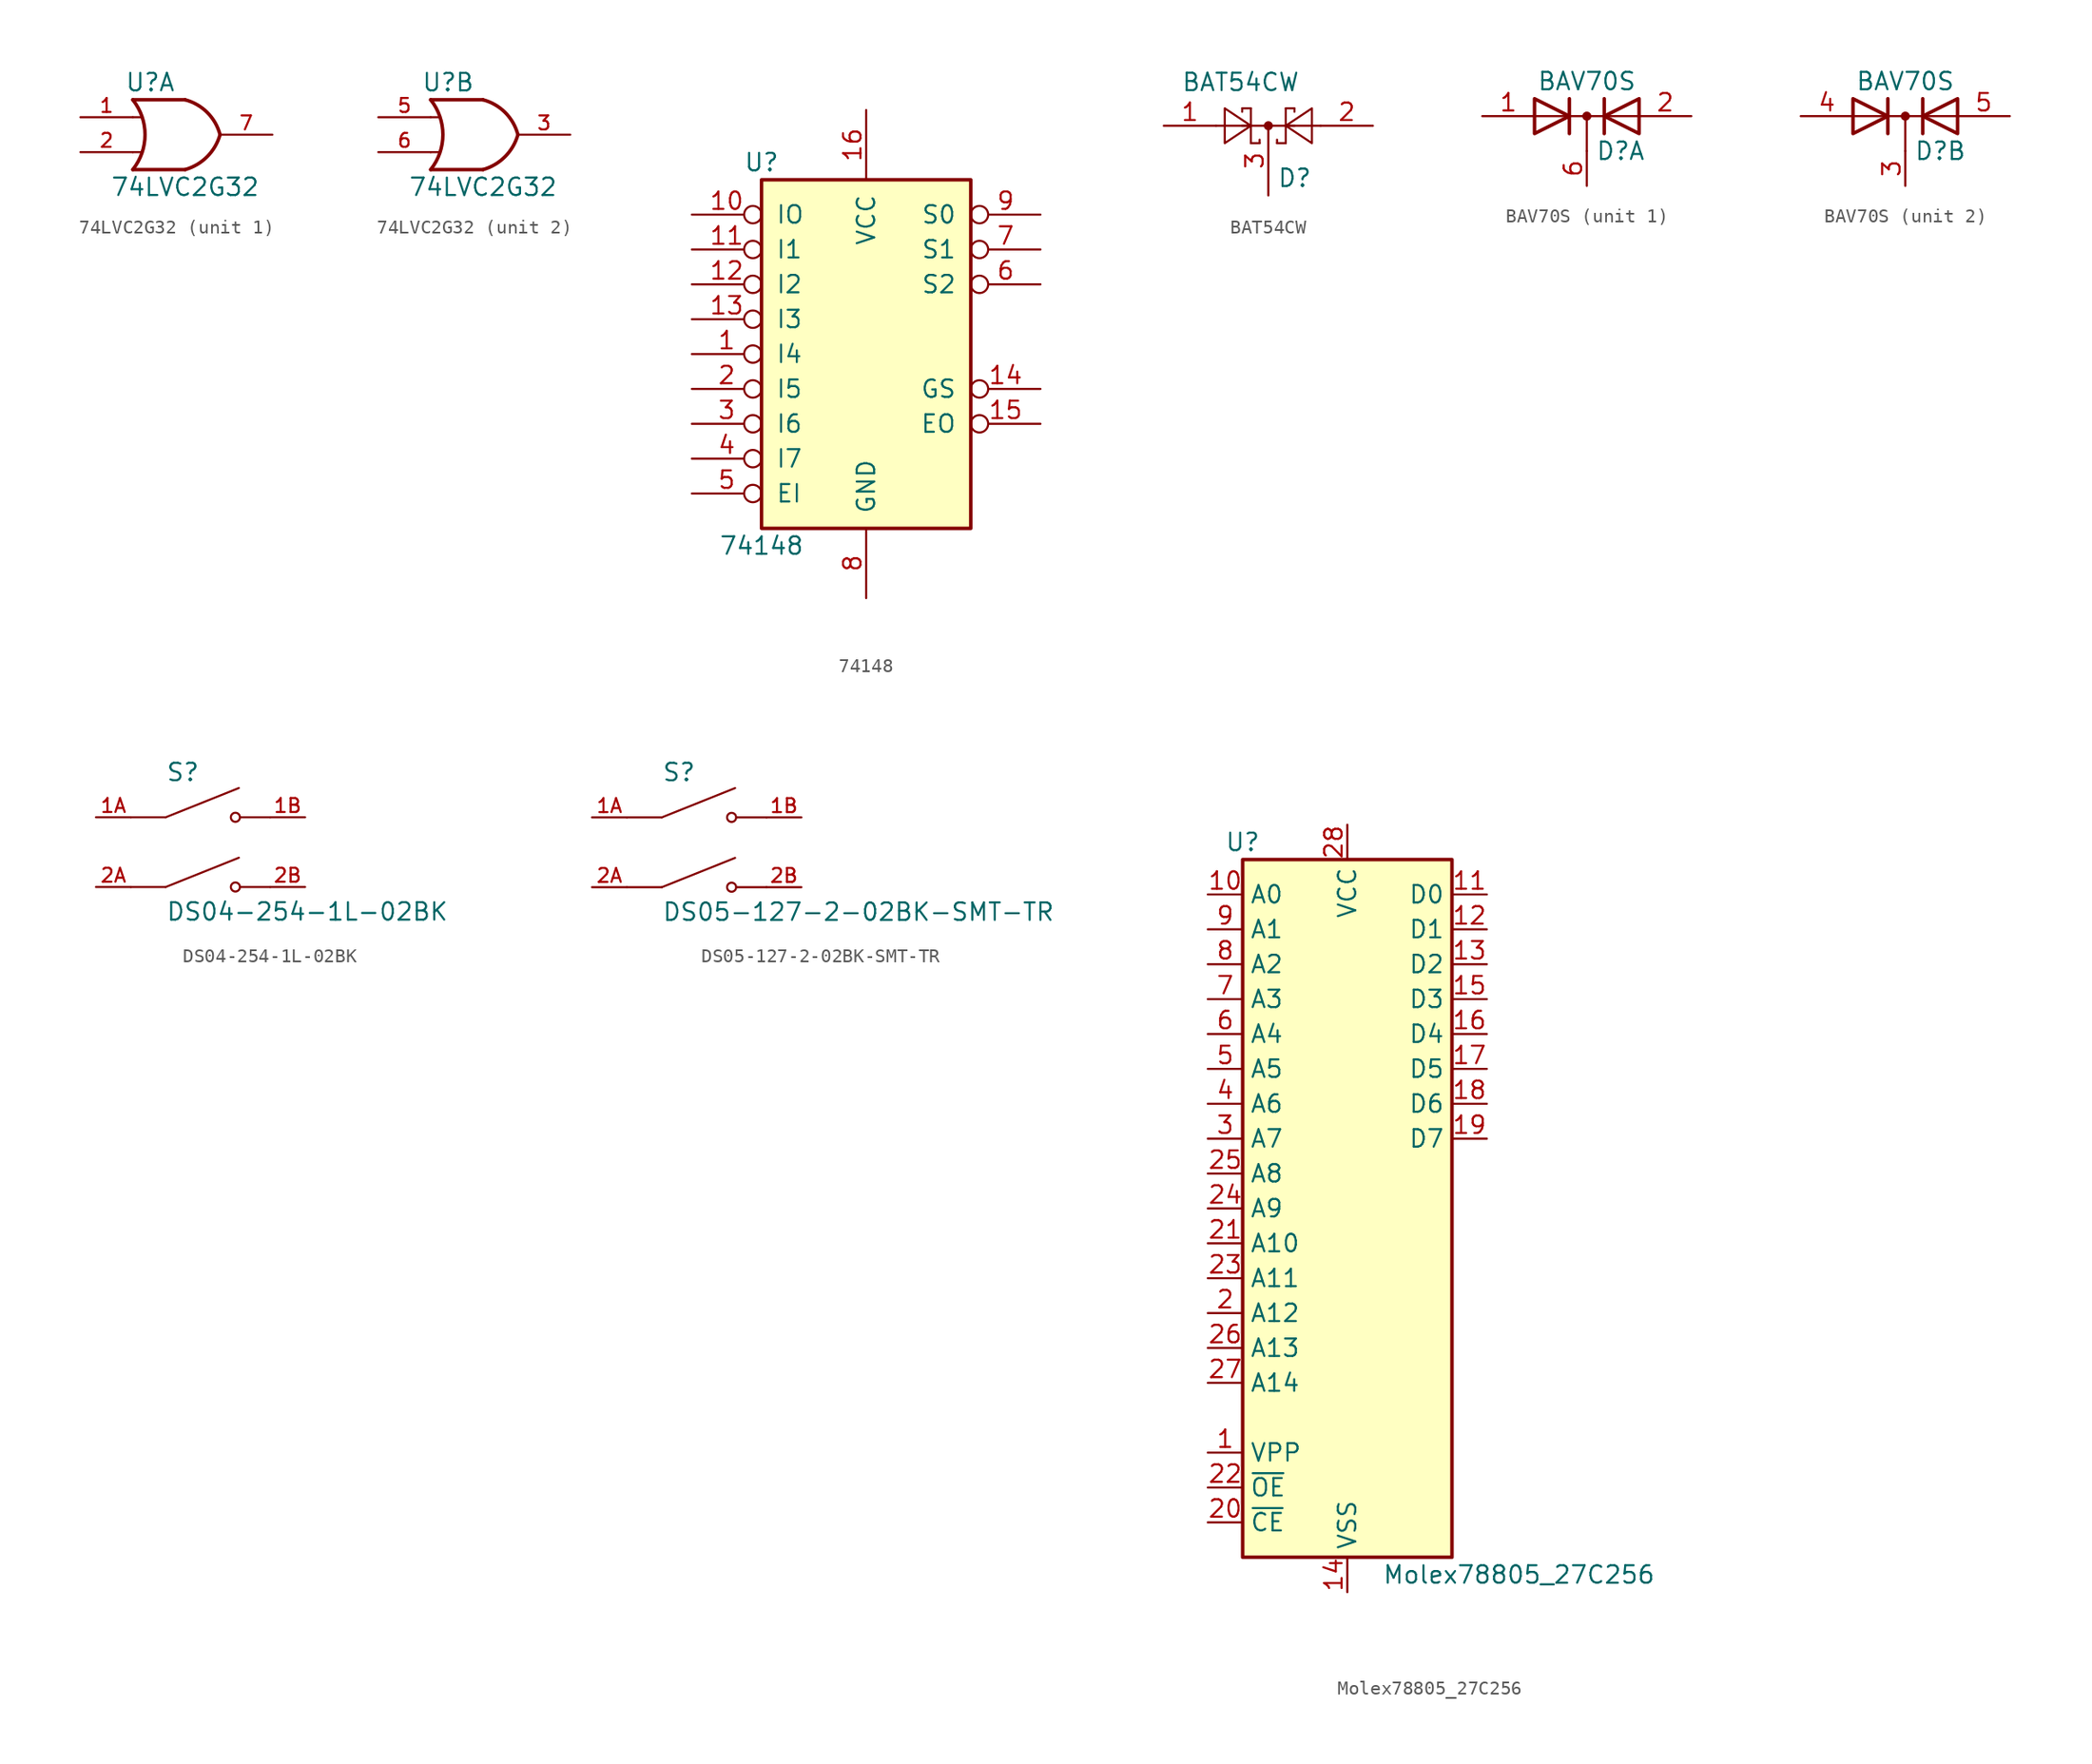
<source format=kicad_sym>
(kicad_symbol_lib
  (version 20220914)
  (generator kicad_symbol_editor)
  (symbol "74LVC2G32"
    (pin_names
      (offset 1.016))
    (property "Reference" "U"
      (at -2.54 3.81 0)
      (effects (font (size 1.27 1.27))))
    (property "Value" "74LVC2G32"
      (at 0 -3.81 0)
      (effects (font (size 1.27 1.27))))
    (symbol "74LVC2G32_0_1"
      (arc (start -3.81 -2.54) (mid -2.919 0) (end -3.81 2.54) (stroke (width 0.254) (type default)) (fill (type none)))
      (arc (start 0 -2.54) (mid 1.5993 -1.6027) (end 2.54 0) (stroke (width 0.254) (type default)) (fill (type none)))
      (polyline (pts (xy -3.81 -1.27) (xy -3.175 -1.27)) (stroke (width 0) (type default)) (fill (type none)))
      (polyline (pts (xy -3.81 1.27) (xy -3.175 1.27)) (stroke (width 0) (type default)) (fill (type none)))
      (polyline (pts (xy 0 -2.54) (xy -3.81 -2.54)) (stroke (width 0.254) (type default)) (fill (type background)))
      (polyline (pts (xy 0 2.54) (xy -3.81 2.54)) (stroke (width 0.254) (type default)) (fill (type background)))
      (arc (start 2.54 0) (mid 1.6119 1.6152) (end 0 2.54) (stroke (width 0.254) (type default)) (fill (type none)))
      (pin power_in line (at 0 -2.54 270) (length 0) hide (name "GND" (effects (font (size 1.016 1.016)))) (number "4" (effects (font (size 1.016 1.016)))))
      (pin power_in line (at 0 2.54 90) (length 0) hide (name "VCC" (effects (font (size 1.016 1.016)))) (number "8" (effects (font (size 1.016 1.016))))))
    (symbol "74LVC2G32_1_1"
      (pin input line (at -7.62 1.27 0) (length 3.81) (name "~" (effects (font (size 1.016 1.016)))) (number "1" (effects (font (size 1.016 1.016)))))
      (pin input line (at -7.62 -1.27 0) (length 3.81) (name "~" (effects (font (size 1.016 1.016)))) (number "2" (effects (font (size 1.016 1.016)))))
      (pin output line (at 6.35 0 180) (length 3.81) (name "~" (effects (font (size 1.016 1.016)))) (number "7" (effects (font (size 1.016 1.016))))))
    (symbol "74LVC2G32_2_1"
      (pin output line (at 6.35 0 180) (length 3.81) (name "~" (effects (font (size 1.016 1.016)))) (number "3" (effects (font (size 1.016 1.016)))))
      (pin input line (at -7.62 1.27 0) (length 3.81) (name "~" (effects (font (size 1.016 1.016)))) (number "5" (effects (font (size 1.016 1.016)))))
      (pin input line (at -7.62 -1.27 0) (length 3.81) (name "~" (effects (font (size 1.016 1.016)))) (number "6" (effects (font (size 1.016 1.016)))))))
  (symbol "74148"
    (pin_names
      (offset 1.016))
    (property "Reference" "U"
      (at -7.62 13.97 0)
      (effects (font (size 1.27 1.27))))
    (property "Value" "74148"
      (at -7.62 -13.97 0)
      (effects (font (size 1.27 1.27))))
    (property "ki_locked" ""
      (at 0 0 0)
      (effects (font (size 1.27 1.27))))
    (symbol "74148_1_0"
      (pin input inverted (at -12.7 0 0) (length 5.08) (name "I4" (effects (font (size 1.27 1.27)))) (number "1" (effects (font (size 1.27 1.27)))))
      (pin input inverted (at -12.7 10.16 0) (length 5.08) (name "IO" (effects (font (size 1.27 1.27)))) (number "10" (effects (font (size 1.27 1.27)))))
      (pin input inverted (at -12.7 7.62 0) (length 5.08) (name "I1" (effects (font (size 1.27 1.27)))) (number "11" (effects (font (size 1.27 1.27)))))
      (pin input inverted (at -12.7 5.08 0) (length 5.08) (name "I2" (effects (font (size 1.27 1.27)))) (number "12" (effects (font (size 1.27 1.27)))))
      (pin input inverted (at -12.7 2.54 0) (length 5.08) (name "I3" (effects (font (size 1.27 1.27)))) (number "13" (effects (font (size 1.27 1.27)))))
      (pin output inverted (at 12.7 -2.54 180) (length 5.08) (name "GS" (effects (font (size 1.27 1.27)))) (number "14" (effects (font (size 1.27 1.27)))))
      (pin output inverted (at 12.7 -5.08 180) (length 5.08) (name "EO" (effects (font (size 1.27 1.27)))) (number "15" (effects (font (size 1.27 1.27)))))
      (pin power_in line (at 0 17.78 270) (length 5.08) (name "VCC" (effects (font (size 1.27 1.27)))) (number "16" (effects (font (size 1.27 1.27)))))
      (pin input inverted (at -12.7 -2.54 0) (length 5.08) (name "I5" (effects (font (size 1.27 1.27)))) (number "2" (effects (font (size 1.27 1.27)))))
      (pin input inverted (at -12.7 -5.08 0) (length 5.08) (name "I6" (effects (font (size 1.27 1.27)))) (number "3" (effects (font (size 1.27 1.27)))))
      (pin input inverted (at -12.7 -7.62 0) (length 5.08) (name "I7" (effects (font (size 1.27 1.27)))) (number "4" (effects (font (size 1.27 1.27)))))
      (pin input inverted (at -12.7 -10.16 0) (length 5.08) (name "EI" (effects (font (size 1.27 1.27)))) (number "5" (effects (font (size 1.27 1.27)))))
      (pin output inverted (at 12.7 5.08 180) (length 5.08) (name "S2" (effects (font (size 1.27 1.27)))) (number "6" (effects (font (size 1.27 1.27)))))
      (pin output inverted (at 12.7 7.62 180) (length 5.08) (name "S1" (effects (font (size 1.27 1.27)))) (number "7" (effects (font (size 1.27 1.27)))))
      (pin power_in line (at 0 -17.78 90) (length 5.08) (name "GND" (effects (font (size 1.27 1.27)))) (number "8" (effects (font (size 1.27 1.27)))))
      (pin output inverted (at 12.7 10.16 180) (length 5.08) (name "S0" (effects (font (size 1.27 1.27)))) (number "9" (effects (font (size 1.27 1.27))))))
    (symbol "74148_1_1"
      (rectangle (start -7.62 12.7) (end 7.62 -12.7) (stroke (width 0.254) (type default)) (fill (type background)))))
  (symbol "BAT54CW"
    (pin_names
      (offset 1.016))
    (property "Reference" "D"
      (at 0.635 -3.81 0)
      (effects (font (size 1.27 1.27)) (justify left)))
    (property "Value" "BAT54CW"
      (at -6.35 3.175 0)
      (effects (font (size 1.27 1.27)) (justify left)))
    (symbol "BAT54CW_0_1"
      (polyline (pts (xy -1.905 0) (xy 1.905 0)) (stroke (width 0) (type default)) (fill (type none)))
      (polyline (pts (xy -1.905 1.27) (xy -1.905 1.016)) (stroke (width 0) (type default)) (fill (type none)))
      (polyline (pts (xy -1.27 -1.27) (xy -0.635 -1.27)) (stroke (width 0) (type default)) (fill (type none)))
      (polyline (pts (xy -1.27 0) (xy -3.81 0)) (stroke (width 0) (type default)) (fill (type none)))
      (polyline (pts (xy -1.27 1.27) (xy -1.905 1.27)) (stroke (width 0) (type default)) (fill (type none)))
      (polyline (pts (xy -1.27 1.27) (xy -1.27 -1.27)) (stroke (width 0) (type default)) (fill (type none)))
      (polyline (pts (xy -0.635 -1.27) (xy -0.635 -1.016)) (stroke (width 0) (type default)) (fill (type none)))
      (polyline (pts (xy 0.635 -1.27) (xy 0.635 -1.016)) (stroke (width 0) (type default)) (fill (type none)))
      (polyline (pts (xy 1.27 -1.27) (xy 0.635 -1.27)) (stroke (width 0) (type default)) (fill (type none)))
      (polyline (pts (xy 1.27 1.27) (xy 1.27 -1.27)) (stroke (width 0) (type default)) (fill (type none)))
      (polyline (pts (xy 1.27 1.27) (xy 1.905 1.27)) (stroke (width 0) (type default)) (fill (type none)))
      (polyline (pts (xy 1.905 1.27) (xy 1.905 1.016)) (stroke (width 0) (type default)) (fill (type none)))
      (polyline (pts (xy 3.81 0) (xy 1.27 0)) (stroke (width 0) (type default)) (fill (type none)))
      (polyline (pts (xy -3.175 -1.27) (xy -3.175 1.27) (xy -1.27 0) (xy -3.175 -1.27)) (stroke (width 0) (type default)) (fill (type none)))
      (polyline (pts (xy 3.175 -1.27) (xy 3.175 1.27) (xy 1.27 0) (xy 3.175 -1.27)) (stroke (width 0) (type default)) (fill (type none)))
      (circle (center 0 0) (radius 0.254) (stroke (width 0) (type default)) (fill (type outline))))
    (symbol "BAT54CW_1_1"
      (pin passive line (at -7.62 0 0) (length 3.81) (name "~" (effects (font (size 1.27 1.27)))) (number "1" (effects (font (size 1.27 1.27)))))
      (pin passive line (at 7.62 0 180) (length 3.81) (name "~" (effects (font (size 1.27 1.27)))) (number "2" (effects (font (size 1.27 1.27)))))
      (pin passive line (at 0 -5.08 90) (length 5.08) (name "~" (effects (font (size 1.27 1.27)))) (number "3" (effects (font (size 1.27 1.27)))))))
  (symbol "BAV70S"
    (pin_names
      (offset 0.762) hide)
    (property "Reference" "D"
      (at 0.635 -2.54 0)
      (effects (font (size 1.27 1.27)) (justify left)))
    (property "Value" "BAV70S"
      (at 0 2.54 0)
      (effects (font (size 1.27 1.27))))
    (symbol "BAV70S_0_1"
      (polyline (pts (xy -3.81 0) (xy 3.81 0)) (stroke (width 0) (type default)) (fill (type none)))
      (polyline (pts (xy 0 0) (xy 0 -2.54)) (stroke (width 0) (type default)) (fill (type none)))
      (polyline (pts (xy -1.27 -1.27) (xy -1.27 1.27) (xy -1.27 1.27)) (stroke (width 0.254) (type default)) (fill (type none)))
      (polyline (pts (xy 1.27 -1.27) (xy 1.27 1.27) (xy 1.27 1.27)) (stroke (width 0.254) (type default)) (fill (type none)))
      (polyline (pts (xy -3.81 1.27) (xy -1.27 0) (xy -3.81 -1.27) (xy -3.81 1.27) (xy -3.81 1.27) (xy -3.81 1.27)) (stroke (width 0.254) (type default)) (fill (type none)))
      (polyline (pts (xy 3.81 -1.27) (xy 1.27 0) (xy 3.81 1.27) (xy 3.81 -1.27) (xy 3.81 -1.27) (xy 3.81 -1.27)) (stroke (width 0.254) (type default)) (fill (type none)))
      (circle (center 0 0) (radius 0.254) (stroke (width 0) (type default)) (fill (type outline))))
    (symbol "BAV70S_1_1"
      (pin passive line (at -7.62 0 0) (length 3.81) (name "A" (effects (font (size 1.27 1.27)))) (number "1" (effects (font (size 1.27 1.27)))))
      (pin passive line (at 7.62 0 180) (length 3.81) (name "A" (effects (font (size 1.27 1.27)))) (number "2" (effects (font (size 1.27 1.27)))))
      (pin passive line (at 0 -5.08 90) (length 2.54) (name "K" (effects (font (size 1.27 1.27)))) (number "6" (effects (font (size 1.27 1.27))))))
    (symbol "BAV70S_2_1"
      (pin passive line (at 0 -5.08 90) (length 2.54) (name "K" (effects (font (size 1.27 1.27)))) (number "3" (effects (font (size 1.27 1.27)))))
      (pin passive line (at -7.62 0 0) (length 3.81) (name "A" (effects (font (size 1.27 1.27)))) (number "4" (effects (font (size 1.27 1.27)))))
      (pin passive line (at 7.62 0 180) (length 3.81) (name "A" (effects (font (size 1.27 1.27)))) (number "5" (effects (font (size 1.27 1.27)))))))
  (symbol "DS04-254-1L-02BK"
    (pin_names
      (offset 1.016) hide)
    (property "Reference" "S"
      (at -2.54 5.08 0)
      (effects (font (size 1.27 1.27)) (justify left bottom)))
    (property "Value" "DS04-254-1L-02BK"
      (at -2.54 -5.08 0)
      (effects (font (size 1.27 1.27)) (justify left bottom)))
    (symbol "DS04-254-1L-02BK_0_0"
      (polyline (pts (xy -2.54 -2.54) (xy -5.08 -2.54)) (stroke (width 0.152) (type default)) (fill (type none)))
      (polyline (pts (xy -2.54 -2.54) (xy 2.794 -0.406)) (stroke (width 0.152) (type default)) (fill (type none)))
      (polyline (pts (xy -2.54 2.54) (xy -5.08 2.54)) (stroke (width 0.152) (type default)) (fill (type none)))
      (polyline (pts (xy -2.54 2.54) (xy 2.794 4.674)) (stroke (width 0.152) (type default)) (fill (type none)))
      (polyline (pts (xy 5.08 -2.54) (xy 2.921 -2.54)) (stroke (width 0.152) (type default)) (fill (type none)))
      (polyline (pts (xy 5.08 2.54) (xy 2.921 2.54)) (stroke (width 0.152) (type default)) (fill (type none)))
      (circle (center 2.54 -2.54) (radius 0.33) (stroke (width 0.152) (type default)) (fill (type none)))
      (circle (center 2.54 2.54) (radius 0.33) (stroke (width 0.152) (type default)) (fill (type none)))
      (pin passive line (at -7.62 2.54 0) (length 2.54) (name "~" (effects (font (size 1.016 1.016)))) (number "1A" (effects (font (size 1.016 1.016)))))
      (pin passive line (at 7.62 2.54 180) (length 2.54) (name "~" (effects (font (size 1.016 1.016)))) (number "1B" (effects (font (size 1.016 1.016)))))
      (pin passive line (at -7.62 -2.54 0) (length 2.54) (name "~" (effects (font (size 1.016 1.016)))) (number "2A" (effects (font (size 1.016 1.016)))))
      (pin passive line (at 7.62 -2.54 180) (length 2.54) (name "~" (effects (font (size 1.016 1.016)))) (number "2B" (effects (font (size 1.016 1.016)))))))
  (symbol "DS05-127-2-02BK-SMT-TR"
    (pin_names
      (offset 1.016) hide)
    (property "Reference" "S"
      (at -2.54 5.08 0)
      (effects (font (size 1.27 1.27)) (justify left bottom)))
    (property "Value" "DS05-127-2-02BK-SMT-TR"
      (at -2.54 -5.08 0)
      (effects (font (size 1.27 1.27)) (justify left bottom)))
    (property "ki_locked" ""
      (at 0 0 0)
      (effects (font (size 1.27 1.27))))
    (symbol "DS05-127-2-02BK-SMT-TR_0_0"
      (polyline (pts (xy -2.54 -2.54) (xy -5.08 -2.54)) (stroke (width 0.152) (type default)) (fill (type none)))
      (polyline (pts (xy -2.54 -2.54) (xy 2.794 -0.406)) (stroke (width 0.152) (type default)) (fill (type none)))
      (polyline (pts (xy -2.54 2.54) (xy -5.08 2.54)) (stroke (width 0.152) (type default)) (fill (type none)))
      (polyline (pts (xy -2.54 2.54) (xy 2.794 4.674)) (stroke (width 0.152) (type default)) (fill (type none)))
      (polyline (pts (xy 5.08 -2.54) (xy 2.921 -2.54)) (stroke (width 0.152) (type default)) (fill (type none)))
      (polyline (pts (xy 5.08 2.54) (xy 2.921 2.54)) (stroke (width 0.152) (type default)) (fill (type none)))
      (circle (center 2.54 -2.54) (radius 0.33) (stroke (width 0.152) (type default)) (fill (type none)))
      (circle (center 2.54 2.54) (radius 0.33) (stroke (width 0.152) (type default)) (fill (type none)))
      (pin passive line (at -7.62 2.54 0) (length 2.54) (name "~" (effects (font (size 1.016 1.016)))) (number "1A" (effects (font (size 1.016 1.016)))))
      (pin passive line (at 7.62 2.54 180) (length 2.54) (name "~" (effects (font (size 1.016 1.016)))) (number "1B" (effects (font (size 1.016 1.016)))))
      (pin passive line (at -7.62 -2.54 0) (length 2.54) (name "~" (effects (font (size 1.016 1.016)))) (number "2A" (effects (font (size 1.016 1.016)))))
      (pin passive line (at 7.62 -2.54 180) (length 2.54) (name "~" (effects (font (size 1.016 1.016)))) (number "2B" (effects (font (size 1.016 1.016)))))))
  (symbol "Molex78805_27C256"
    (property "Reference" "U"
      (at -7.62 26.67 0)
      (effects (font (size 1.27 1.27))))
    (property "Value" "Molex78805_27C256"
      (at 2.54 -26.67 0)
      (effects (font (size 1.27 1.27)) (justify left)))
    (symbol "Molex78805_27C256_1_1"
      (rectangle (start -7.62 25.4) (end 7.62 -25.4) (stroke (width 0.254) (type default)) (fill (type background)))
      (pin power_in line (at -10.16 -17.78 0) (length 2.54) (name "VPP" (effects (font (size 1.27 1.27)))) (number "1" (effects (font (size 1.27 1.27)))))
      (pin input line (at -10.16 22.86 0) (length 2.54) (name "A0" (effects (font (size 1.27 1.27)))) (number "10" (effects (font (size 1.27 1.27)))))
      (pin tri_state line (at 10.16 22.86 180) (length 2.54) (name "D0" (effects (font (size 1.27 1.27)))) (number "11" (effects (font (size 1.27 1.27)))))
      (pin tri_state line (at 10.16 20.32 180) (length 2.54) (name "D1" (effects (font (size 1.27 1.27)))) (number "12" (effects (font (size 1.27 1.27)))))
      (pin tri_state line (at 10.16 17.78 180) (length 2.54) (name "D2" (effects (font (size 1.27 1.27)))) (number "13" (effects (font (size 1.27 1.27)))))
      (pin power_in line (at 0 -27.94 90) (length 2.54) (name "VSS" (effects (font (size 1.27 1.27)))) (number "14" (effects (font (size 1.27 1.27)))))
      (pin tri_state line (at 10.16 15.24 180) (length 2.54) (name "D3" (effects (font (size 1.27 1.27)))) (number "15" (effects (font (size 1.27 1.27)))))
      (pin tri_state line (at 10.16 12.7 180) (length 2.54) (name "D4" (effects (font (size 1.27 1.27)))) (number "16" (effects (font (size 1.27 1.27)))))
      (pin tri_state line (at 10.16 10.16 180) (length 2.54) (name "D5" (effects (font (size 1.27 1.27)))) (number "17" (effects (font (size 1.27 1.27)))))
      (pin tri_state line (at 10.16 7.62 180) (length 2.54) (name "D6" (effects (font (size 1.27 1.27)))) (number "18" (effects (font (size 1.27 1.27)))))
      (pin tri_state line (at 10.16 5.08 180) (length 2.54) (name "D7" (effects (font (size 1.27 1.27)))) (number "19" (effects (font (size 1.27 1.27)))))
      (pin input line (at -10.16 -7.62 0) (length 2.54) (name "A12" (effects (font (size 1.27 1.27)))) (number "2" (effects (font (size 1.27 1.27)))))
      (pin input line (at -10.16 -22.86 0) (length 2.54) (name "~{CE}" (effects (font (size 1.27 1.27)))) (number "20" (effects (font (size 1.27 1.27)))))
      (pin input line (at -10.16 -2.54 0) (length 2.54) (name "A10" (effects (font (size 1.27 1.27)))) (number "21" (effects (font (size 1.27 1.27)))))
      (pin input line (at -10.16 -20.32 0) (length 2.54) (name "~{OE}" (effects (font (size 1.27 1.27)))) (number "22" (effects (font (size 1.27 1.27)))))
      (pin input line (at -10.16 -5.08 0) (length 2.54) (name "A11" (effects (font (size 1.27 1.27)))) (number "23" (effects (font (size 1.27 1.27)))))
      (pin input line (at -10.16 0 0) (length 2.54) (name "A9" (effects (font (size 1.27 1.27)))) (number "24" (effects (font (size 1.27 1.27)))))
      (pin input line (at -10.16 2.54 0) (length 2.54) (name "A8" (effects (font (size 1.27 1.27)))) (number "25" (effects (font (size 1.27 1.27)))))
      (pin input line (at -10.16 -10.16 0) (length 2.54) (name "A13" (effects (font (size 1.27 1.27)))) (number "26" (effects (font (size 1.27 1.27)))))
      (pin input line (at -10.16 -12.7 0) (length 2.54) (name "A14" (effects (font (size 1.27 1.27)))) (number "27" (effects (font (size 1.27 1.27)))))
      (pin power_in line (at 0 27.94 270) (length 2.54) (name "VCC" (effects (font (size 1.27 1.27)))) (number "28" (effects (font (size 1.27 1.27)))))
      (pin input line (at -10.16 5.08 0) (length 2.54) (name "A7" (effects (font (size 1.27 1.27)))) (number "3" (effects (font (size 1.27 1.27)))))
      (pin input line (at -10.16 7.62 0) (length 2.54) (name "A6" (effects (font (size 1.27 1.27)))) (number "4" (effects (font (size 1.27 1.27)))))
      (pin input line (at -10.16 10.16 0) (length 2.54) (name "A5" (effects (font (size 1.27 1.27)))) (number "5" (effects (font (size 1.27 1.27)))))
      (pin input line (at -10.16 12.7 0) (length 2.54) (name "A4" (effects (font (size 1.27 1.27)))) (number "6" (effects (font (size 1.27 1.27)))))
      (pin input line (at -10.16 15.24 0) (length 2.54) (name "A3" (effects (font (size 1.27 1.27)))) (number "7" (effects (font (size 1.27 1.27)))))
      (pin input line (at -10.16 17.78 0) (length 2.54) (name "A2" (effects (font (size 1.27 1.27)))) (number "8" (effects (font (size 1.27 1.27)))))
      (pin input line (at -10.16 20.32 0) (length 2.54) (name "A1" (effects (font (size 1.27 1.27)))) (number "9" (effects (font (size 1.27 1.27))))))))
</source>
